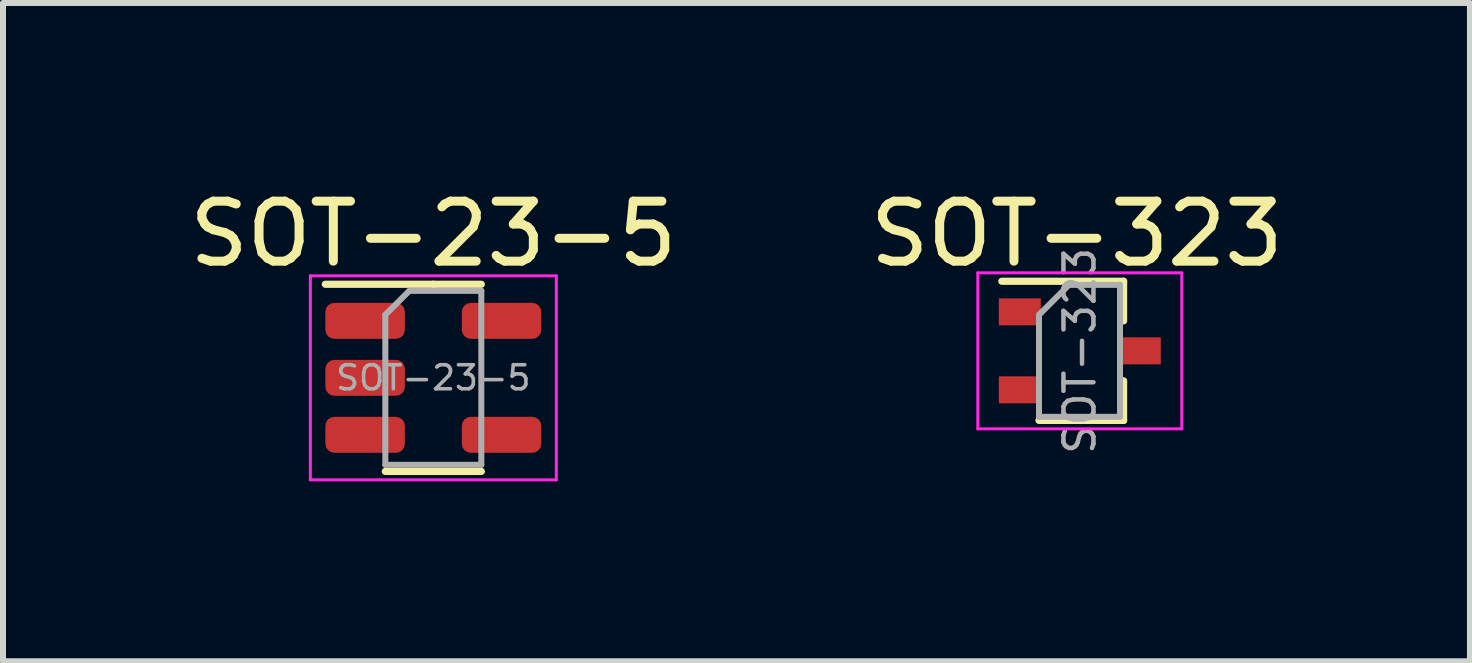
<source format=kicad_pcb>
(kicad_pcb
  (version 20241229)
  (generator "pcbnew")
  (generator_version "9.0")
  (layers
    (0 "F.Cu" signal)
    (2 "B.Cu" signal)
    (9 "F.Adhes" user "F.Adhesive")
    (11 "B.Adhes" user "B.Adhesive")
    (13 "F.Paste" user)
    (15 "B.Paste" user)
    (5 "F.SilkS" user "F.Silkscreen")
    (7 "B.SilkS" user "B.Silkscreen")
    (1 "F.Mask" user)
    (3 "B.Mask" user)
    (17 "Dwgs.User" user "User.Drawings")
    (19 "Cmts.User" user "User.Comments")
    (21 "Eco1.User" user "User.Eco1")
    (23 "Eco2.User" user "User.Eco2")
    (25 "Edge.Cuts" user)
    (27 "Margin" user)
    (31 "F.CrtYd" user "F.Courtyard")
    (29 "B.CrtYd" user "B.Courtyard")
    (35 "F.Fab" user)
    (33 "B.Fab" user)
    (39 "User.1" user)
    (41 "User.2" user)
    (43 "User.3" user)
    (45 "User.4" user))
  (footprint "SOT-23-5"
    (layer "F.Cu")
    (at 4.173 3.248)
    (property "Reference" "SOT-23-5" (at 0 -2.4 0) (layer "F.SilkS") (effects (font (size 1 1) (thickness 0.15))))
    (attr smd)
    (fp_line (start 0 -1.56) (end -1.8 -1.56) (stroke (width 0.12) (type solid)) (layer "F.SilkS"))
    (fp_line (start 0 -1.56) (end 0.8 -1.56) (stroke (width 0.12) (type solid)) (layer "F.SilkS"))
    (fp_line (start 0 1.56) (end -0.8 1.56) (stroke (width 0.12) (type solid)) (layer "F.SilkS"))
    (fp_line (start 0 1.56) (end 0.8 1.56) (stroke (width 0.12) (type solid)) (layer "F.SilkS"))
    (fp_line (start -2.05 -1.7) (end -2.05 1.7) (stroke (width 0.05) (type solid)) (layer "F.CrtYd"))
    (fp_line (start -2.05 1.7) (end 2.05 1.7) (stroke (width 0.05) (type solid)) (layer "F.CrtYd"))
    (fp_line (start 2.05 -1.7) (end -2.05 -1.7) (stroke (width 0.05) (type solid)) (layer "F.CrtYd"))
    (fp_line (start 2.05 1.7) (end 2.05 -1.7) (stroke (width 0.05) (type solid)) (layer "F.CrtYd"))
    (fp_line (start -0.8 -1.05) (end -0.4 -1.45) (stroke (width 0.1) (type solid)) (layer "F.Fab"))
    (fp_line (start -0.8 1.45) (end -0.8 -1.05) (stroke (width 0.1) (type solid)) (layer "F.Fab"))
    (fp_line (start -0.4 -1.45) (end 0.8 -1.45) (stroke (width 0.1) (type solid)) (layer "F.Fab"))
    (fp_line (start 0.8 -1.45) (end 0.8 1.45) (stroke (width 0.1) (type solid)) (layer "F.Fab"))
    (fp_line (start 0.8 1.45) (end -0.8 1.45) (stroke (width 0.1) (type solid)) (layer "F.Fab"))
    (fp_text user "${REFERENCE}" (at 0 0 0) (layer "F.Fab") (effects (font (size 0.4 0.4) (thickness 0.06))))
    (pad "1" smd roundrect (at -1.137 -0.95) (size 1.325 0.6) (layers "F.Cu" "F.Mask" "F.Paste") (roundrect_rratio 0.25))
    (pad "2" smd roundrect (at -1.137 0) (size 1.325 0.6) (layers "F.Cu" "F.Mask" "F.Paste") (roundrect_rratio 0.25))
    (pad "3" smd roundrect (at -1.137 0.95) (size 1.325 0.6) (layers "F.Cu" "F.Mask" "F.Paste") (roundrect_rratio 0.25))
    (pad "4" smd roundrect (at 1.137 0.95) (size 1.325 0.6) (layers "F.Cu" "F.Mask" "F.Paste") (roundrect_rratio 0.25))
    (pad "5" smd roundrect (at 1.137 -0.95) (size 1.325 0.6) (layers "F.Cu" "F.Mask" "F.Paste") (roundrect_rratio 0.25)))
  (footprint "SOT-323"
    (layer "F.Cu")
    (at 14.949 2.798)
    (property "Reference" "SOT-323" (at -0.05 -1.95 0) (layer "F.SilkS") (effects (font (size 1 1) (thickness 0.15))))
    (attr smd)
    (fp_line (start -0.68 1.16) (end 0.73 1.16) (stroke (width 0.12) (type solid)) (layer "F.SilkS"))
    (fp_line (start 0.73 -1.16) (end -1.3 -1.16) (stroke (width 0.12) (type solid)) (layer "F.SilkS"))
    (fp_line (start 0.73 -1.16) (end 0.73 -0.5) (stroke (width 0.12) (type solid)) (layer "F.SilkS"))
    (fp_line (start 0.73 0.5) (end 0.73 1.16) (stroke (width 0.12) (type solid)) (layer "F.SilkS"))
    (fp_line (start -1.7 -1.3) (end 1.7 -1.3) (stroke (width 0.05) (type solid)) (layer "F.CrtYd"))
    (fp_line (start -1.7 1.3) (end -1.7 -1.3) (stroke (width 0.05) (type solid)) (layer "F.CrtYd"))
    (fp_line (start 1.7 -1.3) (end 1.7 1.3) (stroke (width 0.05) (type solid)) (layer "F.CrtYd"))
    (fp_line (start 1.7 1.3) (end -1.7 1.3) (stroke (width 0.05) (type solid)) (layer "F.CrtYd"))
    (fp_line (start -0.68 -0.6) (end -0.68 1.1) (stroke (width 0.1) (type solid)) (layer "F.Fab"))
    (fp_line (start -0.18 -1.1) (end -0.68 -0.6) (stroke (width 0.1) (type solid)) (layer "F.Fab"))
    (fp_line (start 0.67 -1.1) (end -0.18 -1.1) (stroke (width 0.1) (type solid)) (layer "F.Fab"))
    (fp_line (start 0.67 -1.1) (end 0.67 1.1) (stroke (width 0.1) (type solid)) (layer "F.Fab"))
    (fp_line (start 0.67 1.1) (end -0.68 1.1) (stroke (width 0.1) (type solid)) (layer "F.Fab"))
    (fp_text user "${REFERENCE}" (at 0 0 90) (layer "F.Fab") (effects (font (size 0.5 0.5) (thickness 0.075))))
    (pad "1" smd rect (at -1 -0.65 270) (size 0.45 0.7) (layers "F.Cu" "F.Mask" "F.Paste"))
    (pad "2" smd rect (at -1 0.65 270) (size 0.45 0.7) (layers "F.Cu" "F.Mask" "F.Paste"))
    (pad "3" smd rect (at 1 0 270) (size 0.45 0.7) (layers "F.Cu" "F.Mask" "F.Paste")))
  (gr_rect
    (start -3 -3)
    (end 21.452 7.973)
    (stroke (width 0.1) (type default))
    (fill no)
    (layer "Edge.Cuts")))
</source>
